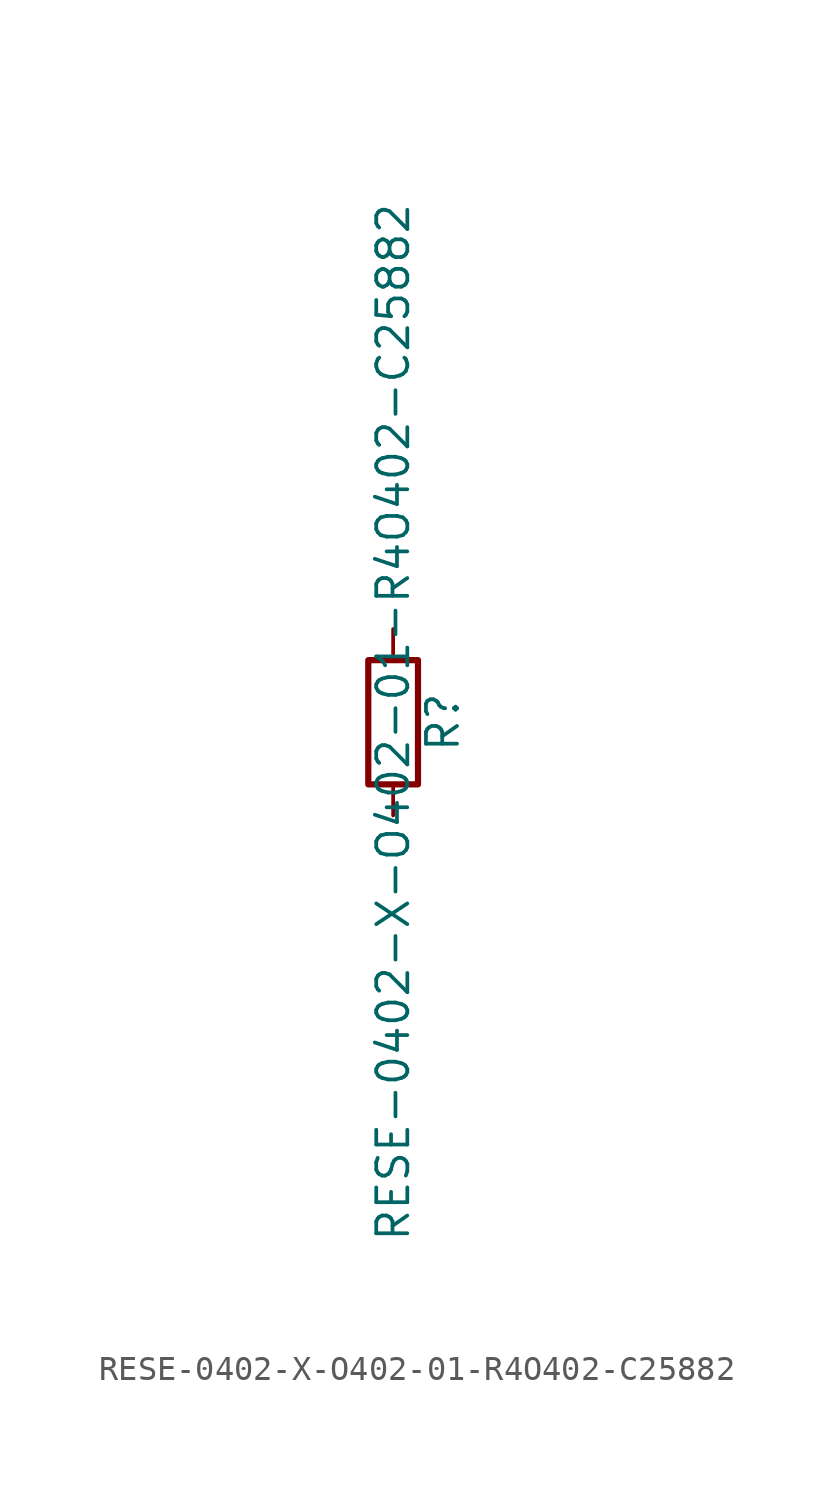
<source format=kicad_sym>
(kicad_symbol_lib
  (version 20211014)
  (generator kicad_symbol_editor)
  (symbol "RESE-0402-X-O402-01-R4O402-C25882"
    (pin_numbers hide)
    (pin_names
      (offset 0))
    (property "Reference" "R"
      (at 2.032 0 90)
      (effects (font (size 1.27 1.27))))
    (property "Value" "RESE-0402-X-O402-01-R4O402-C25882"
      (at 0 0 90)
      (effects (font (size 1.27 1.27))))
    (symbol "RESE-0402-X-O402-01-R4O402-C25882_0_1"
      (rectangle (start -1.016 -2.54) (end 1.016 2.54) (stroke (width 0.254) (type default) (color 0 0 0 0)) (fill (type none))))
    (symbol "RESE-0402-X-O402-01-R4O402-C25882_1_1"
      (pin passive line (at 0 3.81 270) (length 1.27) (name "~" (effects (font (size 1.27 1.27)))) (number "1" (effects (font (size 1.27 1.27)))))
      (pin passive line (at 0 -3.81 90) (length 1.27) (name "~" (effects (font (size 1.27 1.27)))) (number "2" (effects (font (size 1.27 1.27))))))))
</source>
